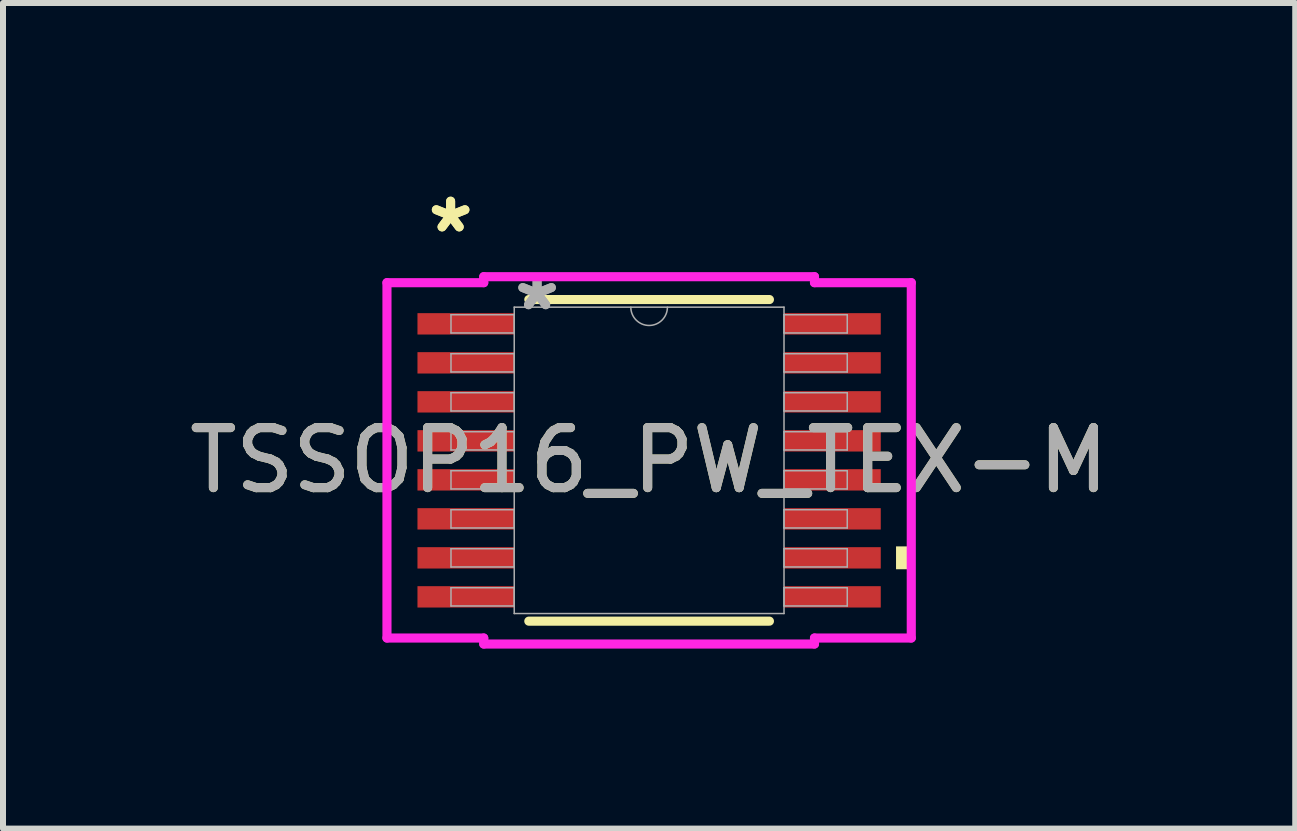
<source format=kicad_pcb>
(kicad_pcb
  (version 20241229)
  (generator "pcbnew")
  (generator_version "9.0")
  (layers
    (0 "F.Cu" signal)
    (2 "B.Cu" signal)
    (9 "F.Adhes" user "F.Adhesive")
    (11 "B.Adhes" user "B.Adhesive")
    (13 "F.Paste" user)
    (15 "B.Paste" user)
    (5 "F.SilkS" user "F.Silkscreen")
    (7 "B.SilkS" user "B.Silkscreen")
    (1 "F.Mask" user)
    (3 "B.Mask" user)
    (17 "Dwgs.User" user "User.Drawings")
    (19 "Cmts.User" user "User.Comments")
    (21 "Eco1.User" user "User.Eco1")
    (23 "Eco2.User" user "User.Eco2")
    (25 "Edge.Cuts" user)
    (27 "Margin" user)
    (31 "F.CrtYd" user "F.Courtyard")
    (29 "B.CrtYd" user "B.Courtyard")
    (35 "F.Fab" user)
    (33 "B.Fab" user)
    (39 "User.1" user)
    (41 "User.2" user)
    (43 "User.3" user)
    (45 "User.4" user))
  (footprint "TSSOP16_PW_TEX-M"
    (layer "F.Cu")
    (at 7.768 4.622)
    (property "Reference" "TSSOP16_PW_TEX-M" (at 0 0 0) (unlocked yes) (layer "F.SilkS") (effects (font (size 1 1) (thickness 0.15))))
    (attr smd)
    (fp_line (start -2.005 2.68) (end 2.005 2.68) (stroke (width 0.152) (type solid)) (layer "F.SilkS"))
    (fp_line (start 2.005 -2.68) (end -2.005 -2.68) (stroke (width 0.152) (type solid)) (layer "F.SilkS"))
    (fp_poly (pts (xy 4.369 1.434) (xy 4.369 1.815) (xy 4.115 1.815) (xy 4.115 1.434)) (stroke (width 0) (type solid)) (fill yes) (layer "F.SilkS"))
    (fp_line (start -4.369 -2.961) (end -2.756 -2.961) (stroke (width 0.152) (type solid)) (layer "F.CrtYd"))
    (fp_line (start -4.369 2.961) (end -4.369 -2.961) (stroke (width 0.152) (type solid)) (layer "F.CrtYd"))
    (fp_line (start -4.369 2.961) (end -2.756 2.961) (stroke (width 0.152) (type solid)) (layer "F.CrtYd"))
    (fp_line (start -2.756 -3.061) (end 2.756 -3.061) (stroke (width 0.152) (type solid)) (layer "F.CrtYd"))
    (fp_line (start -2.756 -2.961) (end -2.756 -3.061) (stroke (width 0.152) (type solid)) (layer "F.CrtYd"))
    (fp_line (start -2.756 3.061) (end -2.756 2.961) (stroke (width 0.152) (type solid)) (layer "F.CrtYd"))
    (fp_line (start 2.756 -3.061) (end 2.756 -2.961) (stroke (width 0.152) (type solid)) (layer "F.CrtYd"))
    (fp_line (start 2.756 2.961) (end 2.756 3.061) (stroke (width 0.152) (type solid)) (layer "F.CrtYd"))
    (fp_line (start 2.756 3.061) (end -2.756 3.061) (stroke (width 0.152) (type solid)) (layer "F.CrtYd"))
    (fp_line (start 4.369 -2.961) (end 2.756 -2.961) (stroke (width 0.152) (type solid)) (layer "F.CrtYd"))
    (fp_line (start 4.369 -2.961) (end 4.369 2.961) (stroke (width 0.152) (type solid)) (layer "F.CrtYd"))
    (fp_line (start 4.369 2.961) (end 2.756 2.961) (stroke (width 0.152) (type solid)) (layer "F.CrtYd"))
    (fp_line (start -3.302 -2.427) (end -3.302 -2.123) (stroke (width 0.025) (type solid)) (layer "F.Fab"))
    (fp_line (start -3.302 -2.123) (end -2.248 -2.123) (stroke (width 0.025) (type solid)) (layer "F.Fab"))
    (fp_line (start -3.302 -1.777) (end -3.302 -1.473) (stroke (width 0.025) (type solid)) (layer "F.Fab"))
    (fp_line (start -3.302 -1.473) (end -2.248 -1.473) (stroke (width 0.025) (type solid)) (layer "F.Fab"))
    (fp_line (start -3.302 -1.127) (end -3.302 -0.823) (stroke (width 0.025) (type solid)) (layer "F.Fab"))
    (fp_line (start -3.302 -0.823) (end -2.248 -0.823) (stroke (width 0.025) (type solid)) (layer "F.Fab"))
    (fp_line (start -3.302 -0.477) (end -3.302 -0.173) (stroke (width 0.025) (type solid)) (layer "F.Fab"))
    (fp_line (start -3.302 -0.173) (end -2.248 -0.173) (stroke (width 0.025) (type solid)) (layer "F.Fab"))
    (fp_line (start -3.302 0.173) (end -3.302 0.477) (stroke (width 0.025) (type solid)) (layer "F.Fab"))
    (fp_line (start -3.302 0.477) (end -2.248 0.477) (stroke (width 0.025) (type solid)) (layer "F.Fab"))
    (fp_line (start -3.302 0.823) (end -3.302 1.127) (stroke (width 0.025) (type solid)) (layer "F.Fab"))
    (fp_line (start -3.302 1.127) (end -2.248 1.127) (stroke (width 0.025) (type solid)) (layer "F.Fab"))
    (fp_line (start -3.302 1.473) (end -3.302 1.777) (stroke (width 0.025) (type solid)) (layer "F.Fab"))
    (fp_line (start -3.302 1.777) (end -2.248 1.777) (stroke (width 0.025) (type solid)) (layer "F.Fab"))
    (fp_line (start -3.302 2.123) (end -3.302 2.427) (stroke (width 0.025) (type solid)) (layer "F.Fab"))
    (fp_line (start -3.302 2.427) (end -2.248 2.427) (stroke (width 0.025) (type solid)) (layer "F.Fab"))
    (fp_line (start -2.248 -2.553) (end -2.248 2.553) (stroke (width 0.025) (type solid)) (layer "F.Fab"))
    (fp_line (start -2.248 -2.427) (end -3.302 -2.427) (stroke (width 0.025) (type solid)) (layer "F.Fab"))
    (fp_line (start -2.248 -2.123) (end -2.248 -2.427) (stroke (width 0.025) (type solid)) (layer "F.Fab"))
    (fp_line (start -2.248 -1.777) (end -3.302 -1.777) (stroke (width 0.025) (type solid)) (layer "F.Fab"))
    (fp_line (start -2.248 -1.473) (end -2.248 -1.777) (stroke (width 0.025) (type solid)) (layer "F.Fab"))
    (fp_line (start -2.248 -1.127) (end -3.302 -1.127) (stroke (width 0.025) (type solid)) (layer "F.Fab"))
    (fp_line (start -2.248 -0.823) (end -2.248 -1.127) (stroke (width 0.025) (type solid)) (layer "F.Fab"))
    (fp_line (start -2.248 -0.477) (end -3.302 -0.477) (stroke (width 0.025) (type solid)) (layer "F.Fab"))
    (fp_line (start -2.248 -0.173) (end -2.248 -0.477) (stroke (width 0.025) (type solid)) (layer "F.Fab"))
    (fp_line (start -2.248 0.173) (end -3.302 0.173) (stroke (width 0.025) (type solid)) (layer "F.Fab"))
    (fp_line (start -2.248 0.477) (end -2.248 0.173) (stroke (width 0.025) (type solid)) (layer "F.Fab"))
    (fp_line (start -2.248 0.823) (end -3.302 0.823) (stroke (width 0.025) (type solid)) (layer "F.Fab"))
    (fp_line (start -2.248 1.127) (end -2.248 0.823) (stroke (width 0.025) (type solid)) (layer "F.Fab"))
    (fp_line (start -2.248 1.473) (end -3.302 1.473) (stroke (width 0.025) (type solid)) (layer "F.Fab"))
    (fp_line (start -2.248 1.777) (end -2.248 1.473) (stroke (width 0.025) (type solid)) (layer "F.Fab"))
    (fp_line (start -2.248 2.123) (end -3.302 2.123) (stroke (width 0.025) (type solid)) (layer "F.Fab"))
    (fp_line (start -2.248 2.427) (end -2.248 2.123) (stroke (width 0.025) (type solid)) (layer "F.Fab"))
    (fp_line (start -2.248 2.553) (end 2.248 2.553) (stroke (width 0.025) (type solid)) (layer "F.Fab"))
    (fp_line (start 2.248 -2.553) (end -2.248 -2.553) (stroke (width 0.025) (type solid)) (layer "F.Fab"))
    (fp_line (start 2.248 -2.427) (end 2.248 -2.123) (stroke (width 0.025) (type solid)) (layer "F.Fab"))
    (fp_line (start 2.248 -2.123) (end 3.302 -2.123) (stroke (width 0.025) (type solid)) (layer "F.Fab"))
    (fp_line (start 2.248 -1.777) (end 2.248 -1.473) (stroke (width 0.025) (type solid)) (layer "F.Fab"))
    (fp_line (start 2.248 -1.473) (end 3.302 -1.473) (stroke (width 0.025) (type solid)) (layer "F.Fab"))
    (fp_line (start 2.248 -1.127) (end 2.248 -0.823) (stroke (width 0.025) (type solid)) (layer "F.Fab"))
    (fp_line (start 2.248 -0.823) (end 3.302 -0.823) (stroke (width 0.025) (type solid)) (layer "F.Fab"))
    (fp_line (start 2.248 -0.477) (end 2.248 -0.173) (stroke (width 0.025) (type solid)) (layer "F.Fab"))
    (fp_line (start 2.248 -0.173) (end 3.302 -0.173) (stroke (width 0.025) (type solid)) (layer "F.Fab"))
    (fp_line (start 2.248 0.173) (end 2.248 0.477) (stroke (width 0.025) (type solid)) (layer "F.Fab"))
    (fp_line (start 2.248 0.477) (end 3.302 0.477) (stroke (width 0.025) (type solid)) (layer "F.Fab"))
    (fp_line (start 2.248 0.823) (end 2.248 1.127) (stroke (width 0.025) (type solid)) (layer "F.Fab"))
    (fp_line (start 2.248 1.127) (end 3.302 1.127) (stroke (width 0.025) (type solid)) (layer "F.Fab"))
    (fp_line (start 2.248 1.473) (end 2.248 1.777) (stroke (width 0.025) (type solid)) (layer "F.Fab"))
    (fp_line (start 2.248 1.777) (end 3.302 1.777) (stroke (width 0.025) (type solid)) (layer "F.Fab"))
    (fp_line (start 2.248 2.123) (end 2.248 2.427) (stroke (width 0.025) (type solid)) (layer "F.Fab"))
    (fp_line (start 2.248 2.427) (end 3.302 2.427) (stroke (width 0.025) (type solid)) (layer "F.Fab"))
    (fp_line (start 2.248 2.553) (end 2.248 -2.553) (stroke (width 0.025) (type solid)) (layer "F.Fab"))
    (fp_line (start 3.302 -2.427) (end 2.248 -2.427) (stroke (width 0.025) (type solid)) (layer "F.Fab"))
    (fp_line (start 3.302 -2.123) (end 3.302 -2.427) (stroke (width 0.025) (type solid)) (layer "F.Fab"))
    (fp_line (start 3.302 -1.777) (end 2.248 -1.777) (stroke (width 0.025) (type solid)) (layer "F.Fab"))
    (fp_line (start 3.302 -1.473) (end 3.302 -1.777) (stroke (width 0.025) (type solid)) (layer "F.Fab"))
    (fp_line (start 3.302 -1.127) (end 2.248 -1.127) (stroke (width 0.025) (type solid)) (layer "F.Fab"))
    (fp_line (start 3.302 -0.823) (end 3.302 -1.127) (stroke (width 0.025) (type solid)) (layer "F.Fab"))
    (fp_line (start 3.302 -0.477) (end 2.248 -0.477) (stroke (width 0.025) (type solid)) (layer "F.Fab"))
    (fp_line (start 3.302 -0.173) (end 3.302 -0.477) (stroke (width 0.025) (type solid)) (layer "F.Fab"))
    (fp_line (start 3.302 0.173) (end 2.248 0.173) (stroke (width 0.025) (type solid)) (layer "F.Fab"))
    (fp_line (start 3.302 0.477) (end 3.302 0.173) (stroke (width 0.025) (type solid)) (layer "F.Fab"))
    (fp_line (start 3.302 0.823) (end 2.248 0.823) (stroke (width 0.025) (type solid)) (layer "F.Fab"))
    (fp_line (start 3.302 1.127) (end 3.302 0.823) (stroke (width 0.025) (type solid)) (layer "F.Fab"))
    (fp_line (start 3.302 1.473) (end 2.248 1.473) (stroke (width 0.025) (type solid)) (layer "F.Fab"))
    (fp_line (start 3.302 1.777) (end 3.302 1.473) (stroke (width 0.025) (type solid)) (layer "F.Fab"))
    (fp_line (start 3.302 2.123) (end 2.248 2.123) (stroke (width 0.025) (type solid)) (layer "F.Fab"))
    (fp_line (start 3.302 2.427) (end 3.302 2.123) (stroke (width 0.025) (type solid)) (layer "F.Fab"))
    (fp_arc (start 0.3048 -2.5527) (mid 0 -2.2479) (end -0.3048 -2.5527) (stroke (width 0.0254) (type solid)) (layer "F.Fab"))
    (fp_text user "*" (at -3.308 -3.774 0) (layer "F.SilkS") (effects (font (size 1 1) (thickness 0.15))))
    (fp_text user "*" (at -3.308 -3.774 0) (unlocked yes) (layer "F.SilkS") (effects (font (size 1 1) (thickness 0.15))))
    (fp_text user "${REFERENCE}" (at 0 0 0) (unlocked yes) (layer "F.Fab") (effects (font (size 1 1) (thickness 0.15))))
    (fp_text user "*" (at -1.867 -2.477 0) (layer "F.Fab") (effects (font (size 1 1) (thickness 0.15))))
    (fp_text user "*" (at -1.867 -2.477 0) (unlocked yes) (layer "F.Fab") (effects (font (size 1 1) (thickness 0.15))))
    (pad "1" smd rect (at -3.054 -2.275) (size 1.613 0.356) (layers "F.Cu" "F.Mask" "F.Paste"))
    (pad "2" smd rect (at -3.054 -1.625) (size 1.613 0.356) (layers "F.Cu" "F.Mask" "F.Paste"))
    (pad "3" smd rect (at -3.054 -0.975) (size 1.613 0.356) (layers "F.Cu" "F.Mask" "F.Paste"))
    (pad "4" smd rect (at -3.054 -0.325) (size 1.613 0.356) (layers "F.Cu" "F.Mask" "F.Paste"))
    (pad "5" smd rect (at -3.054 0.325) (size 1.613 0.356) (layers "F.Cu" "F.Mask" "F.Paste"))
    (pad "6" smd rect (at -3.054 0.975) (size 1.613 0.356) (layers "F.Cu" "F.Mask" "F.Paste"))
    (pad "7" smd rect (at -3.054 1.625) (size 1.613 0.356) (layers "F.Cu" "F.Mask" "F.Paste"))
    (pad "8" smd rect (at -3.054 2.275) (size 1.613 0.356) (layers "F.Cu" "F.Mask" "F.Paste"))
    (pad "9" smd rect (at 3.054 2.275) (size 1.613 0.356) (layers "F.Cu" "F.Mask" "F.Paste"))
    (pad "10" smd rect (at 3.054 1.625) (size 1.613 0.356) (layers "F.Cu" "F.Mask" "F.Paste"))
    (pad "11" smd rect (at 3.054 0.975) (size 1.613 0.356) (layers "F.Cu" "F.Mask" "F.Paste"))
    (pad "12" smd rect (at 3.054 0.325) (size 1.613 0.356) (layers "F.Cu" "F.Mask" "F.Paste"))
    (pad "13" smd rect (at 3.054 -0.325) (size 1.613 0.356) (layers "F.Cu" "F.Mask" "F.Paste"))
    (pad "14" smd rect (at 3.054 -0.975) (size 1.613 0.356) (layers "F.Cu" "F.Mask" "F.Paste"))
    (pad "15" smd rect (at 3.054 -1.625) (size 1.613 0.356) (layers "F.Cu" "F.Mask" "F.Paste"))
    (pad "16" smd rect (at 3.054 -2.275) (size 1.613 0.356) (layers "F.Cu" "F.Mask" "F.Paste")))
  (gr_rect
    (start -3 -3)
    (end 18.536 10.759)
    (stroke (width 0.1) (type default))
    (fill no)
    (layer "Edge.Cuts")))
</source>
